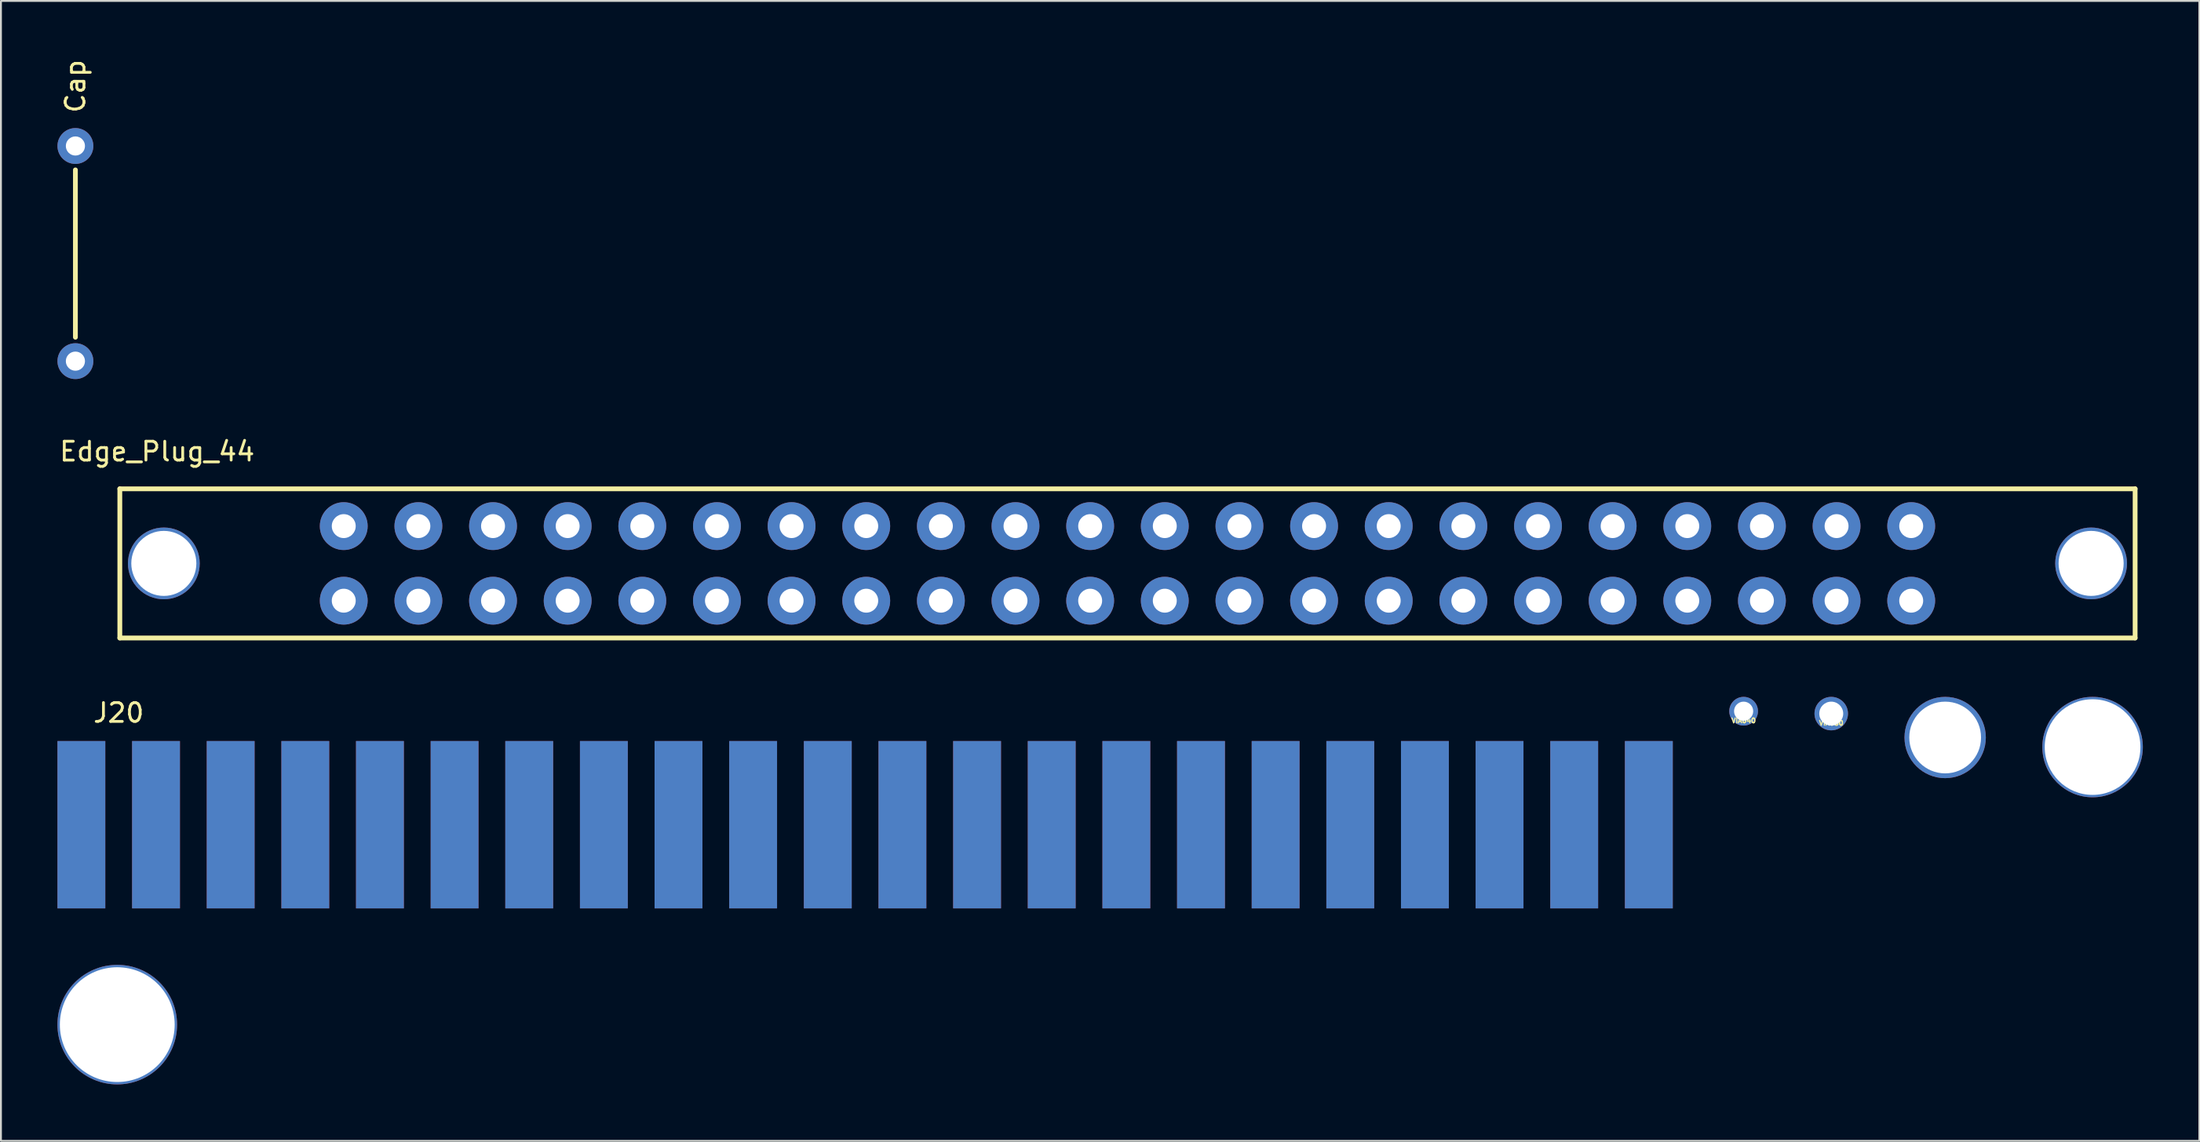
<source format=kicad_pcb>
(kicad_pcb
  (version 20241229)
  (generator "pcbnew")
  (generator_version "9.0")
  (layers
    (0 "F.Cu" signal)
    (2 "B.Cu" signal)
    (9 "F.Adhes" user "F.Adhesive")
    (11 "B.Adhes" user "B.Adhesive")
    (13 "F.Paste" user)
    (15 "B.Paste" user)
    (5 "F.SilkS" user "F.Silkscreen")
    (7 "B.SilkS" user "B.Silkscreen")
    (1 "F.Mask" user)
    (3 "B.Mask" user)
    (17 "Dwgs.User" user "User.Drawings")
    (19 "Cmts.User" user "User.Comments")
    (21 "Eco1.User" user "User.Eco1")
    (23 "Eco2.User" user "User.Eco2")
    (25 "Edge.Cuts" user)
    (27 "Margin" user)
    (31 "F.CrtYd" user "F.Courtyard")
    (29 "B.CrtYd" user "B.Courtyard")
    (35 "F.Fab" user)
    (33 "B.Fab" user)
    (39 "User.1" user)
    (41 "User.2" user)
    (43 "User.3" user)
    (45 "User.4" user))
  (footprint "VIA240"
    (layer "F.Cu")
    (at 3.175 51.38)
    (property "Reference" "VIA240" (at 0 0.5 0) (layer "F.SilkS") (effects (font (size 0.254 0.254) (thickness 0.064))))
    (attr through_hole)
    (pad "1" thru_hole circle (at 0 0) (size 6.35 6.35) (drill 6.096) (layers "*.Cu" "*.Mask")))
  (footprint "Cap"
    (layer "F.Cu")
    (at 0.953 10.42)
    (property "Reference" "Cap" (at 0 -8.89 90) (layer "F.SilkS") (effects (font (size 1 1) (thickness 0.15))))
    (attr through_hole)
    (fp_line (start 0 -4.445) (end 0 4.445) (stroke (width 0.254) (type solid)) (layer "F.SilkS"))
    (pad "1" thru_hole circle (at 0 5.715) (size 1.905 1.905) (drill 1.016) (layers "*.Cu" "*.Mask"))
    (pad "2" thru_hole circle (at 0 -5.715) (size 1.905 1.905) (drill 1.016) (layers "*.Cu" "*.Mask")))
  (footprint "VIA150"
    (layer "F.Cu")
    (at 100.211 36.128)
    (property "Reference" "VIA150" (at 0 0.5 0) (layer "F.SilkS") (effects (font (size 0.254 0.254) (thickness 0.064))))
    (attr through_hole)
    (pad "1" thru_hole circle (at 0 0) (size 4.318 4.318) (drill 3.81) (layers "*.Cu" "*.Mask")))
  (footprint "Edge_Plug_44"
    (layer "F.Cu")
    (at 56.803 26.879)
    (property "Reference" "Edge_Plug_44" (at -51.511 -5.944 0) (layer "F.SilkS") (effects (font (size 1 1) (thickness 0.15))))
    (attr through_hole)
    (fp_line (start -53.492 -3.962) (end -53.492 3.962) (stroke (width 0.254) (type solid)) (layer "F.SilkS"))
    (fp_line (start -53.492 3.962) (end 53.492 3.962) (stroke (width 0.254) (type solid)) (layer "F.SilkS"))
    (fp_line (start 53.492 -3.962) (end -53.492 -3.962) (stroke (width 0.254) (type solid)) (layer "F.SilkS"))
    (fp_line (start 53.492 3.962) (end 53.492 -3.962) (stroke (width 0.254) (type solid)) (layer "F.SilkS"))
    (pad "1" thru_hole circle (at -41.605 1.981) (size 2.54 2.54) (drill 1.27) (layers "*.Cu" "*.Mask"))
    (pad "2" thru_hole circle (at -37.643 1.981) (size 2.54 2.54) (drill 1.27) (layers "*.Cu" "*.Mask"))
    (pad "3" thru_hole circle (at -33.68 1.981) (size 2.54 2.54) (drill 1.27) (layers "*.Cu" "*.Mask"))
    (pad "4" thru_hole circle (at -29.718 1.981) (size 2.54 2.54) (drill 1.27) (layers "*.Cu" "*.Mask"))
    (pad "5" thru_hole circle (at -25.756 1.981) (size 2.54 2.54) (drill 1.27) (layers "*.Cu" "*.Mask"))
    (pad "6" thru_hole circle (at -21.793 1.981) (size 2.54 2.54) (drill 1.27) (layers "*.Cu" "*.Mask"))
    (pad "7" thru_hole circle (at -17.831 1.981) (size 2.54 2.54) (drill 1.27) (layers "*.Cu" "*.Mask"))
    (pad "8" thru_hole circle (at -13.868 1.981) (size 2.54 2.54) (drill 1.27) (layers "*.Cu" "*.Mask"))
    (pad "9" thru_hole circle (at -9.906 1.981) (size 2.54 2.54) (drill 1.27) (layers "*.Cu" "*.Mask"))
    (pad "10" thru_hole circle (at -5.944 1.981) (size 2.54 2.54) (drill 1.27) (layers "*.Cu" "*.Mask"))
    (pad "11" thru_hole circle (at -1.981 1.981) (size 2.54 2.54) (drill 1.27) (layers "*.Cu" "*.Mask"))
    (pad "12" thru_hole circle (at 1.981 1.981) (size 2.54 2.54) (drill 1.27) (layers "*.Cu" "*.Mask"))
    (pad "13" thru_hole circle (at 5.944 1.981) (size 2.54 2.54) (drill 1.27) (layers "*.Cu" "*.Mask"))
    (pad "14" thru_hole circle (at 9.906 1.981) (size 2.54 2.54) (drill 1.27) (layers "*.Cu" "*.Mask"))
    (pad "15" thru_hole circle (at 13.868 1.981) (size 2.54 2.54) (drill 1.27) (layers "*.Cu" "*.Mask"))
    (pad "16" thru_hole circle (at 17.831 1.981) (size 2.54 2.54) (drill 1.27) (layers "*.Cu" "*.Mask"))
    (pad "17" thru_hole circle (at 21.793 1.981) (size 2.54 2.54) (drill 1.27) (layers "*.Cu" "*.Mask"))
    (pad "18" thru_hole circle (at 25.756 1.981) (size 2.54 2.54) (drill 1.27) (layers "*.Cu" "*.Mask"))
    (pad "19" thru_hole circle (at 29.718 1.981) (size 2.54 2.54) (drill 1.27) (layers "*.Cu" "*.Mask"))
    (pad "20" thru_hole circle (at 33.68 1.981) (size 2.54 2.54) (drill 1.27) (layers "*.Cu" "*.Mask"))
    (pad "21" thru_hole circle (at 37.643 1.981) (size 2.54 2.54) (drill 1.27) (layers "*.Cu" "*.Mask"))
    (pad "22" thru_hole circle (at 41.605 1.981) (size 2.54 2.54) (drill 1.27) (layers "*.Cu" "*.Mask"))
    (pad "A" thru_hole circle (at -41.605 -1.981) (size 2.54 2.54) (drill 1.27) (layers "*.Cu" "*.Mask"))
    (pad "B" thru_hole circle (at -37.643 -1.981) (size 2.54 2.54) (drill 1.27) (layers "*.Cu" "*.Mask"))
    (pad "C" thru_hole circle (at -33.68 -1.981) (size 2.54 2.54) (drill 1.27) (layers "*.Cu" "*.Mask"))
    (pad "D" thru_hole circle (at -29.718 -1.981) (size 2.54 2.54) (drill 1.27) (layers "*.Cu" "*.Mask"))
    (pad "E" thru_hole circle (at -25.756 -1.981) (size 2.54 2.54) (drill 1.27) (layers "*.Cu" "*.Mask"))
    (pad "F" thru_hole circle (at -21.793 -1.981) (size 2.54 2.54) (drill 1.27) (layers "*.Cu" "*.Mask"))
    (pad "H" thru_hole circle (at -17.831 -1.981) (size 2.54 2.54) (drill 1.27) (layers "*.Cu" "*.Mask"))
    (pad "J" thru_hole circle (at -13.868 -1.981) (size 2.54 2.54) (drill 1.27) (layers "*.Cu" "*.Mask"))
    (pad "K" thru_hole circle (at -9.906 -1.981) (size 2.54 2.54) (drill 1.27) (layers "*.Cu" "*.Mask"))
    (pad "L" thru_hole circle (at -5.944 -1.981) (size 2.54 2.54) (drill 1.27) (layers "*.Cu" "*.Mask"))
    (pad "M" thru_hole circle (at -1.981 -1.981) (size 2.54 2.54) (drill 1.27) (layers "*.Cu" "*.Mask"))
    (pad "N" thru_hole circle (at 1.981 -1.981) (size 2.54 2.54) (drill 1.27) (layers "*.Cu" "*.Mask"))
    (pad "P" thru_hole circle (at 5.944 -1.981) (size 2.54 2.54) (drill 1.27) (layers "*.Cu" "*.Mask"))
    (pad "R" thru_hole circle (at 9.906 -1.981) (size 2.54 2.54) (drill 1.27) (layers "*.Cu" "*.Mask"))
    (pad "S" thru_hole circle (at 13.868 -1.981) (size 2.54 2.54) (drill 1.27) (layers "*.Cu" "*.Mask"))
    (pad "S1" thru_hole circle (at -51.156 0) (size 3.81 3.81) (drill 3.454) (layers "*.Cu" "*.Mask"))
    (pad "S2" thru_hole circle (at 51.156 0) (size 3.81 3.81) (drill 3.454) (layers "*.Cu" "*.Mask"))
    (pad "T" thru_hole circle (at 17.831 -1.981) (size 2.54 2.54) (drill 1.27) (layers "*.Cu" "*.Mask"))
    (pad "U" thru_hole circle (at 21.793 -1.981) (size 2.54 2.54) (drill 1.27) (layers "*.Cu" "*.Mask"))
    (pad "V" thru_hole circle (at 25.756 -1.981) (size 2.54 2.54) (drill 1.27) (layers "*.Cu" "*.Mask"))
    (pad "W" thru_hole circle (at 29.718 -1.981) (size 2.54 2.54) (drill 1.27) (layers "*.Cu" "*.Mask"))
    (pad "X" thru_hole circle (at 33.68 -1.981) (size 2.54 2.54) (drill 1.27) (layers "*.Cu" "*.Mask"))
    (pad "Y" thru_hole circle (at 37.643 -1.981) (size 2.54 2.54) (drill 1.27) (layers "*.Cu" "*.Mask"))
    (pad "Z" thru_hole circle (at 41.605 -1.981) (size 2.54 2.54) (drill 1.27) (layers "*.Cu" "*.Mask")))
  (footprint "VIA200"
    (layer "F.Cu")
    (at 108.037 36.636)
    (property "Reference" "VIA200" (at 0 0.5 0) (layer "F.SilkS") (effects (font (size 0.254 0.254) (thickness 0.064))))
    (attr through_hole)
    (pad "1" thru_hole circle (at 0 0) (size 5.334 5.334) (drill 5.08) (layers "*.Cu" "*.Mask")))
  (footprint "J20"
    (layer "F.Cu")
    (at 42.875 40.76)
    (property "Reference" "J20" (at -39.624 -5.944 0) (layer "F.SilkS") (effects (font (size 1 1) (thickness 0.15))))
    (attr through_hole)
    (pad "1" smd rect (at -41.605 0) (size 2.54 8.89) (layers "F.Mask" "B.Cu" "F.Paste"))
    (pad "2" smd rect (at -37.643 0) (size 2.54 8.89) (layers "F.Mask" "B.Cu" "F.Paste"))
    (pad "3" smd rect (at -33.68 0) (size 2.54 8.89) (layers "F.Mask" "B.Cu" "F.Paste"))
    (pad "4" smd rect (at -29.718 0) (size 2.54 8.89) (layers "F.Mask" "B.Cu" "F.Paste"))
    (pad "5" smd rect (at -25.756 0) (size 2.54 8.89) (layers "F.Mask" "B.Cu" "F.Paste"))
    (pad "6" smd rect (at -21.793 0) (size 2.54 8.89) (layers "F.Mask" "B.Cu" "F.Paste"))
    (pad "7" smd rect (at -17.831 0) (size 2.54 8.89) (layers "F.Mask" "B.Cu" "F.Paste"))
    (pad "8" smd rect (at -13.868 0) (size 2.54 8.89) (layers "F.Mask" "B.Cu" "F.Paste"))
    (pad "9" smd rect (at -9.906 0) (size 2.54 8.89) (layers "F.Mask" "B.Cu" "F.Paste"))
    (pad "10" smd rect (at -5.944 0) (size 2.54 8.89) (layers "F.Mask" "B.Cu" "F.Paste"))
    (pad "11" smd rect (at -1.981 0) (size 2.54 8.89) (layers "F.Mask" "B.Cu" "F.Paste"))
    (pad "12" smd rect (at 1.981 0) (size 2.54 8.89) (layers "F.Mask" "B.Cu" "F.Paste"))
    (pad "13" smd rect (at 5.944 0) (size 2.54 8.89) (layers "F.Mask" "B.Cu" "F.Paste"))
    (pad "14" smd rect (at 9.906 0) (size 2.54 8.89) (layers "F.Mask" "B.Cu" "F.Paste"))
    (pad "15" smd rect (at 13.868 0) (size 2.54 8.89) (layers "F.Mask" "B.Cu" "F.Paste"))
    (pad "16" smd rect (at 17.831 0) (size 2.54 8.89) (layers "F.Mask" "B.Cu" "F.Paste"))
    (pad "17" smd rect (at 21.793 0) (size 2.54 8.89) (layers "F.Mask" "B.Cu" "F.Paste"))
    (pad "18" smd rect (at 25.756 0) (size 2.54 8.89) (layers "F.Mask" "B.Cu" "F.Paste"))
    (pad "19" smd rect (at 29.718 0) (size 2.54 8.89) (layers "F.Mask" "B.Cu" "F.Paste"))
    (pad "20" smd rect (at 33.68 0) (size 2.54 8.89) (layers "F.Mask" "B.Cu" "F.Paste"))
    (pad "21" smd rect (at 37.643 0) (size 2.54 8.89) (layers "F.Mask" "B.Cu" "F.Paste"))
    (pad "22" smd rect (at 41.605 0) (size 2.54 8.89) (layers "F.Mask" "B.Cu" "F.Paste"))
    (pad "A" smd rect (at -41.605 0) (size 2.54 8.89) (layers "F.Cu" "F.Mask" "F.Paste"))
    (pad "B" smd rect (at -37.643 0) (size 2.54 8.89) (layers "F.Cu" "F.Mask" "F.Paste"))
    (pad "C" smd rect (at -33.68 0) (size 2.54 8.89) (layers "F.Cu" "F.Mask" "F.Paste"))
    (pad "D" smd rect (at -29.718 0) (size 2.54 8.89) (layers "F.Cu" "F.Mask" "F.Paste"))
    (pad "E" smd rect (at -25.756 0) (size 2.54 8.89) (layers "F.Cu" "F.Mask" "F.Paste"))
    (pad "F" smd rect (at -21.793 0) (size 2.54 8.89) (layers "F.Cu" "F.Mask" "F.Paste"))
    (pad "H" smd rect (at -17.831 0) (size 2.54 8.89) (layers "F.Cu" "F.Mask" "F.Paste"))
    (pad "J" smd rect (at -13.868 0) (size 2.54 8.89) (layers "F.Cu" "F.Mask" "F.Paste"))
    (pad "K" smd rect (at -9.906 0) (size 2.54 8.89) (layers "F.Cu" "F.Mask" "F.Paste"))
    (pad "L" smd rect (at -5.944 0) (size 2.54 8.89) (layers "F.Cu" "F.Mask" "F.Paste"))
    (pad "M" smd rect (at -1.981 0) (size 2.54 8.89) (layers "F.Cu" "F.Mask" "F.Paste"))
    (pad "N" smd rect (at 1.981 0) (size 2.54 8.89) (layers "F.Cu" "F.Mask" "F.Paste"))
    (pad "P" smd rect (at 5.944 0) (size 2.54 8.89) (layers "F.Cu" "F.Mask" "F.Paste"))
    (pad "R" smd rect (at 9.906 0) (size 2.54 8.89) (layers "F.Cu" "F.Mask" "F.Paste"))
    (pad "S" smd rect (at 13.868 0) (size 2.54 8.89) (layers "F.Cu" "F.Mask" "F.Paste"))
    (pad "T" smd rect (at 17.831 0) (size 2.54 8.89) (layers "F.Cu" "F.Mask" "F.Paste"))
    (pad "U" smd rect (at 21.793 0) (size 2.54 8.89) (layers "F.Cu" "F.Mask" "F.Paste"))
    (pad "V" smd rect (at 25.756 0) (size 2.54 8.89) (layers "F.Cu" "F.Mask" "F.Paste"))
    (pad "W" smd rect (at 29.718 0) (size 2.54 8.89) (layers "F.Cu" "F.Mask" "F.Paste"))
    (pad "X" smd rect (at 33.68 0) (size 2.54 8.89) (layers "F.Cu" "F.Mask" "F.Paste"))
    (pad "Y" smd rect (at 37.643 0) (size 2.54 8.89) (layers "F.Cu" "F.Mask" "F.Paste"))
    (pad "Z" smd rect (at 41.605 0) (size 2.54 8.89) (layers "F.Cu" "F.Mask" "F.Paste")))
  (footprint "VIA040"
    (layer "F.Cu")
    (at 89.512 34.731)
    (property "Reference" "VIA040" (at 0 0.5 0) (layer "F.SilkS") (effects (font (size 0.254 0.254) (thickness 0.064))))
    (attr through_hole)
    (pad "1" thru_hole circle (at 0 0) (size 1.524 1.524) (drill 1.016) (layers "*.Cu" "*.Mask")))
  (footprint "VIA050"
    (layer "F.Cu")
    (at 94.163 34.858)
    (property "Reference" "VIA050" (at 0 0.5 0) (layer "F.SilkS") (effects (font (size 0.254 0.254) (thickness 0.064))))
    (attr through_hole)
    (pad "1" thru_hole circle (at 0 0) (size 1.778 1.778) (drill 1.27) (layers "*.Cu" "*.Mask")))
  (gr_rect
    (start -3 -3)
    (end 113.704 57.555)
    (stroke (width 0.1) (type default))
    (fill no)
    (layer "Edge.Cuts")))
</source>
